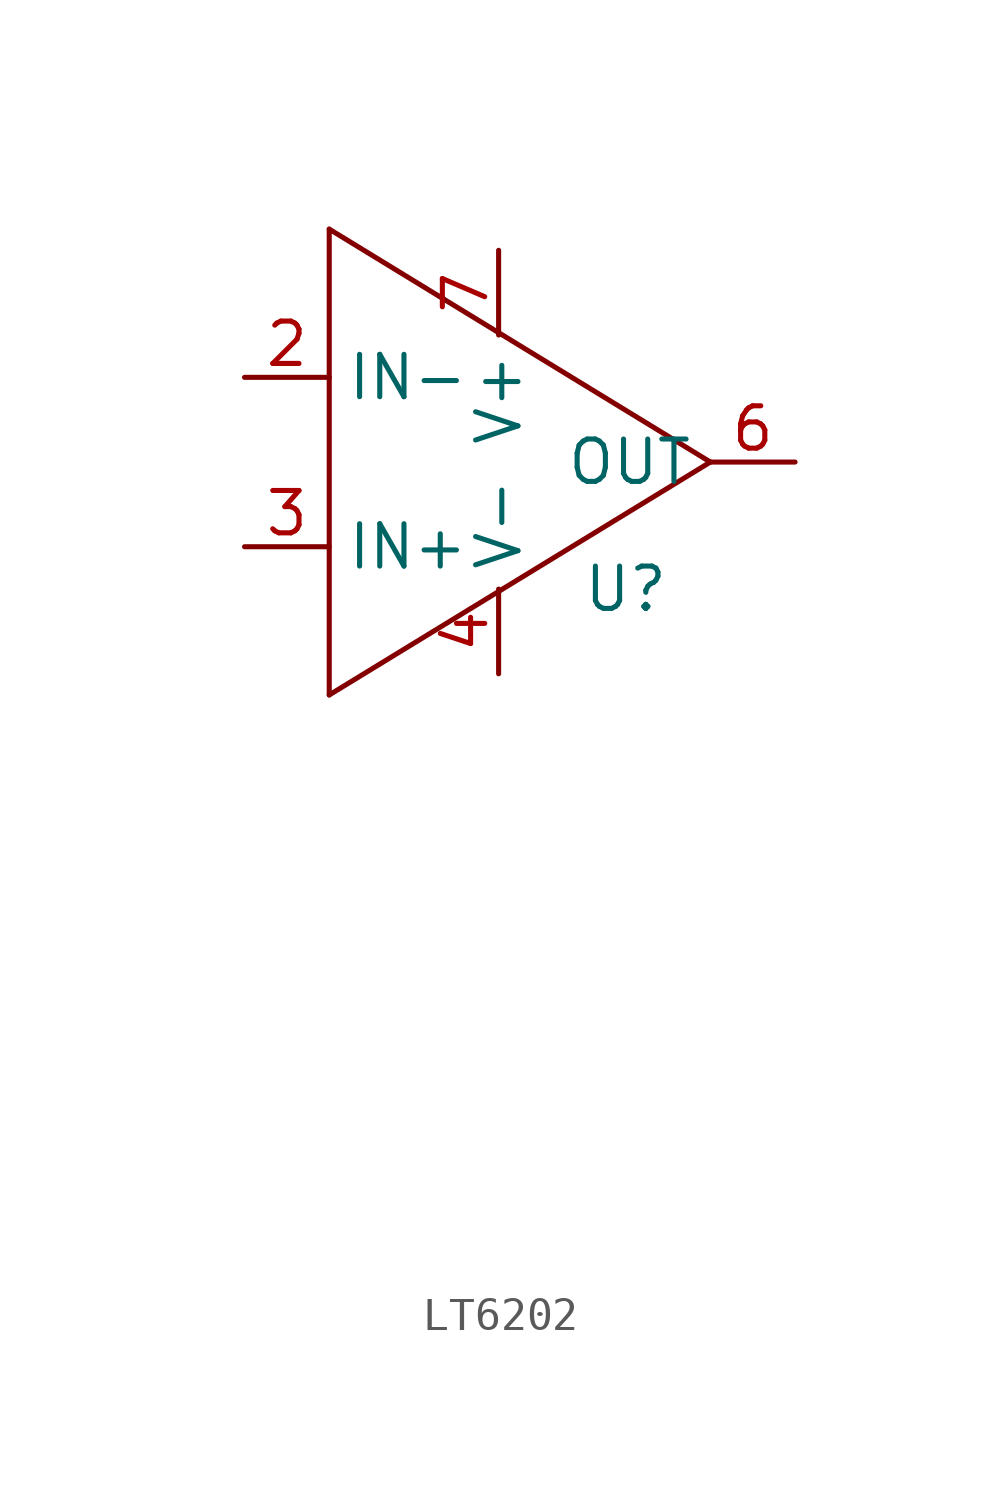
<source format=kicad_sym>
(kicad_symbol_lib
  (version 20220914)
  (generator kicad_symbol_editor)
  (symbol "LT6202"
    (property "Reference" "U"
      (at 3.81 -3.81 0)
      (effects (font (size 1.27 1.27))))
    (property "Value" ""
      (at -8.89 -21.59 0)
      (effects (font (size 1.27 1.27))))
    (symbol "LT6202_0_1"
      (polyline (pts (xy -5.08 -6.985) (xy -5.08 6.985)) (stroke (width 0) (type default)) (fill (type none)))
      (polyline (pts (xy -5.08 -6.985) (xy 6.35 0)) (stroke (width 0) (type default)) (fill (type none)))
      (polyline (pts (xy -5.08 6.985) (xy 6.35 0)) (stroke (width 0) (type default)) (fill (type none))))
    (symbol "LT6202_1_1"
      (pin input line (at -7.62 2.54 0) (length 2.54) (name "IN-" (effects (font (size 1.27 1.27)))) (number "2" (effects (font (size 1.27 1.27)))))
      (pin input line (at -7.62 -2.54 0) (length 2.54) (name "IN+" (effects (font (size 1.27 1.27)))) (number "3" (effects (font (size 1.27 1.27)))))
      (pin power_in line (at 0 -6.35 90) (length 2.54) (name "V-" (effects (font (size 1.27 1.27)))) (number "4" (effects (font (size 1.27 1.27)))))
      (pin output line (at 8.89 0 180) (length 2.54) (name "OUT" (effects (font (size 1.27 1.27)))) (number "6" (effects (font (size 1.27 1.27)))))
      (pin power_in line (at 0 6.35 270) (length 2.54) (name "V+" (effects (font (size 1.27 1.27)))) (number "7" (effects (font (size 1.27 1.27))))))))
</source>
